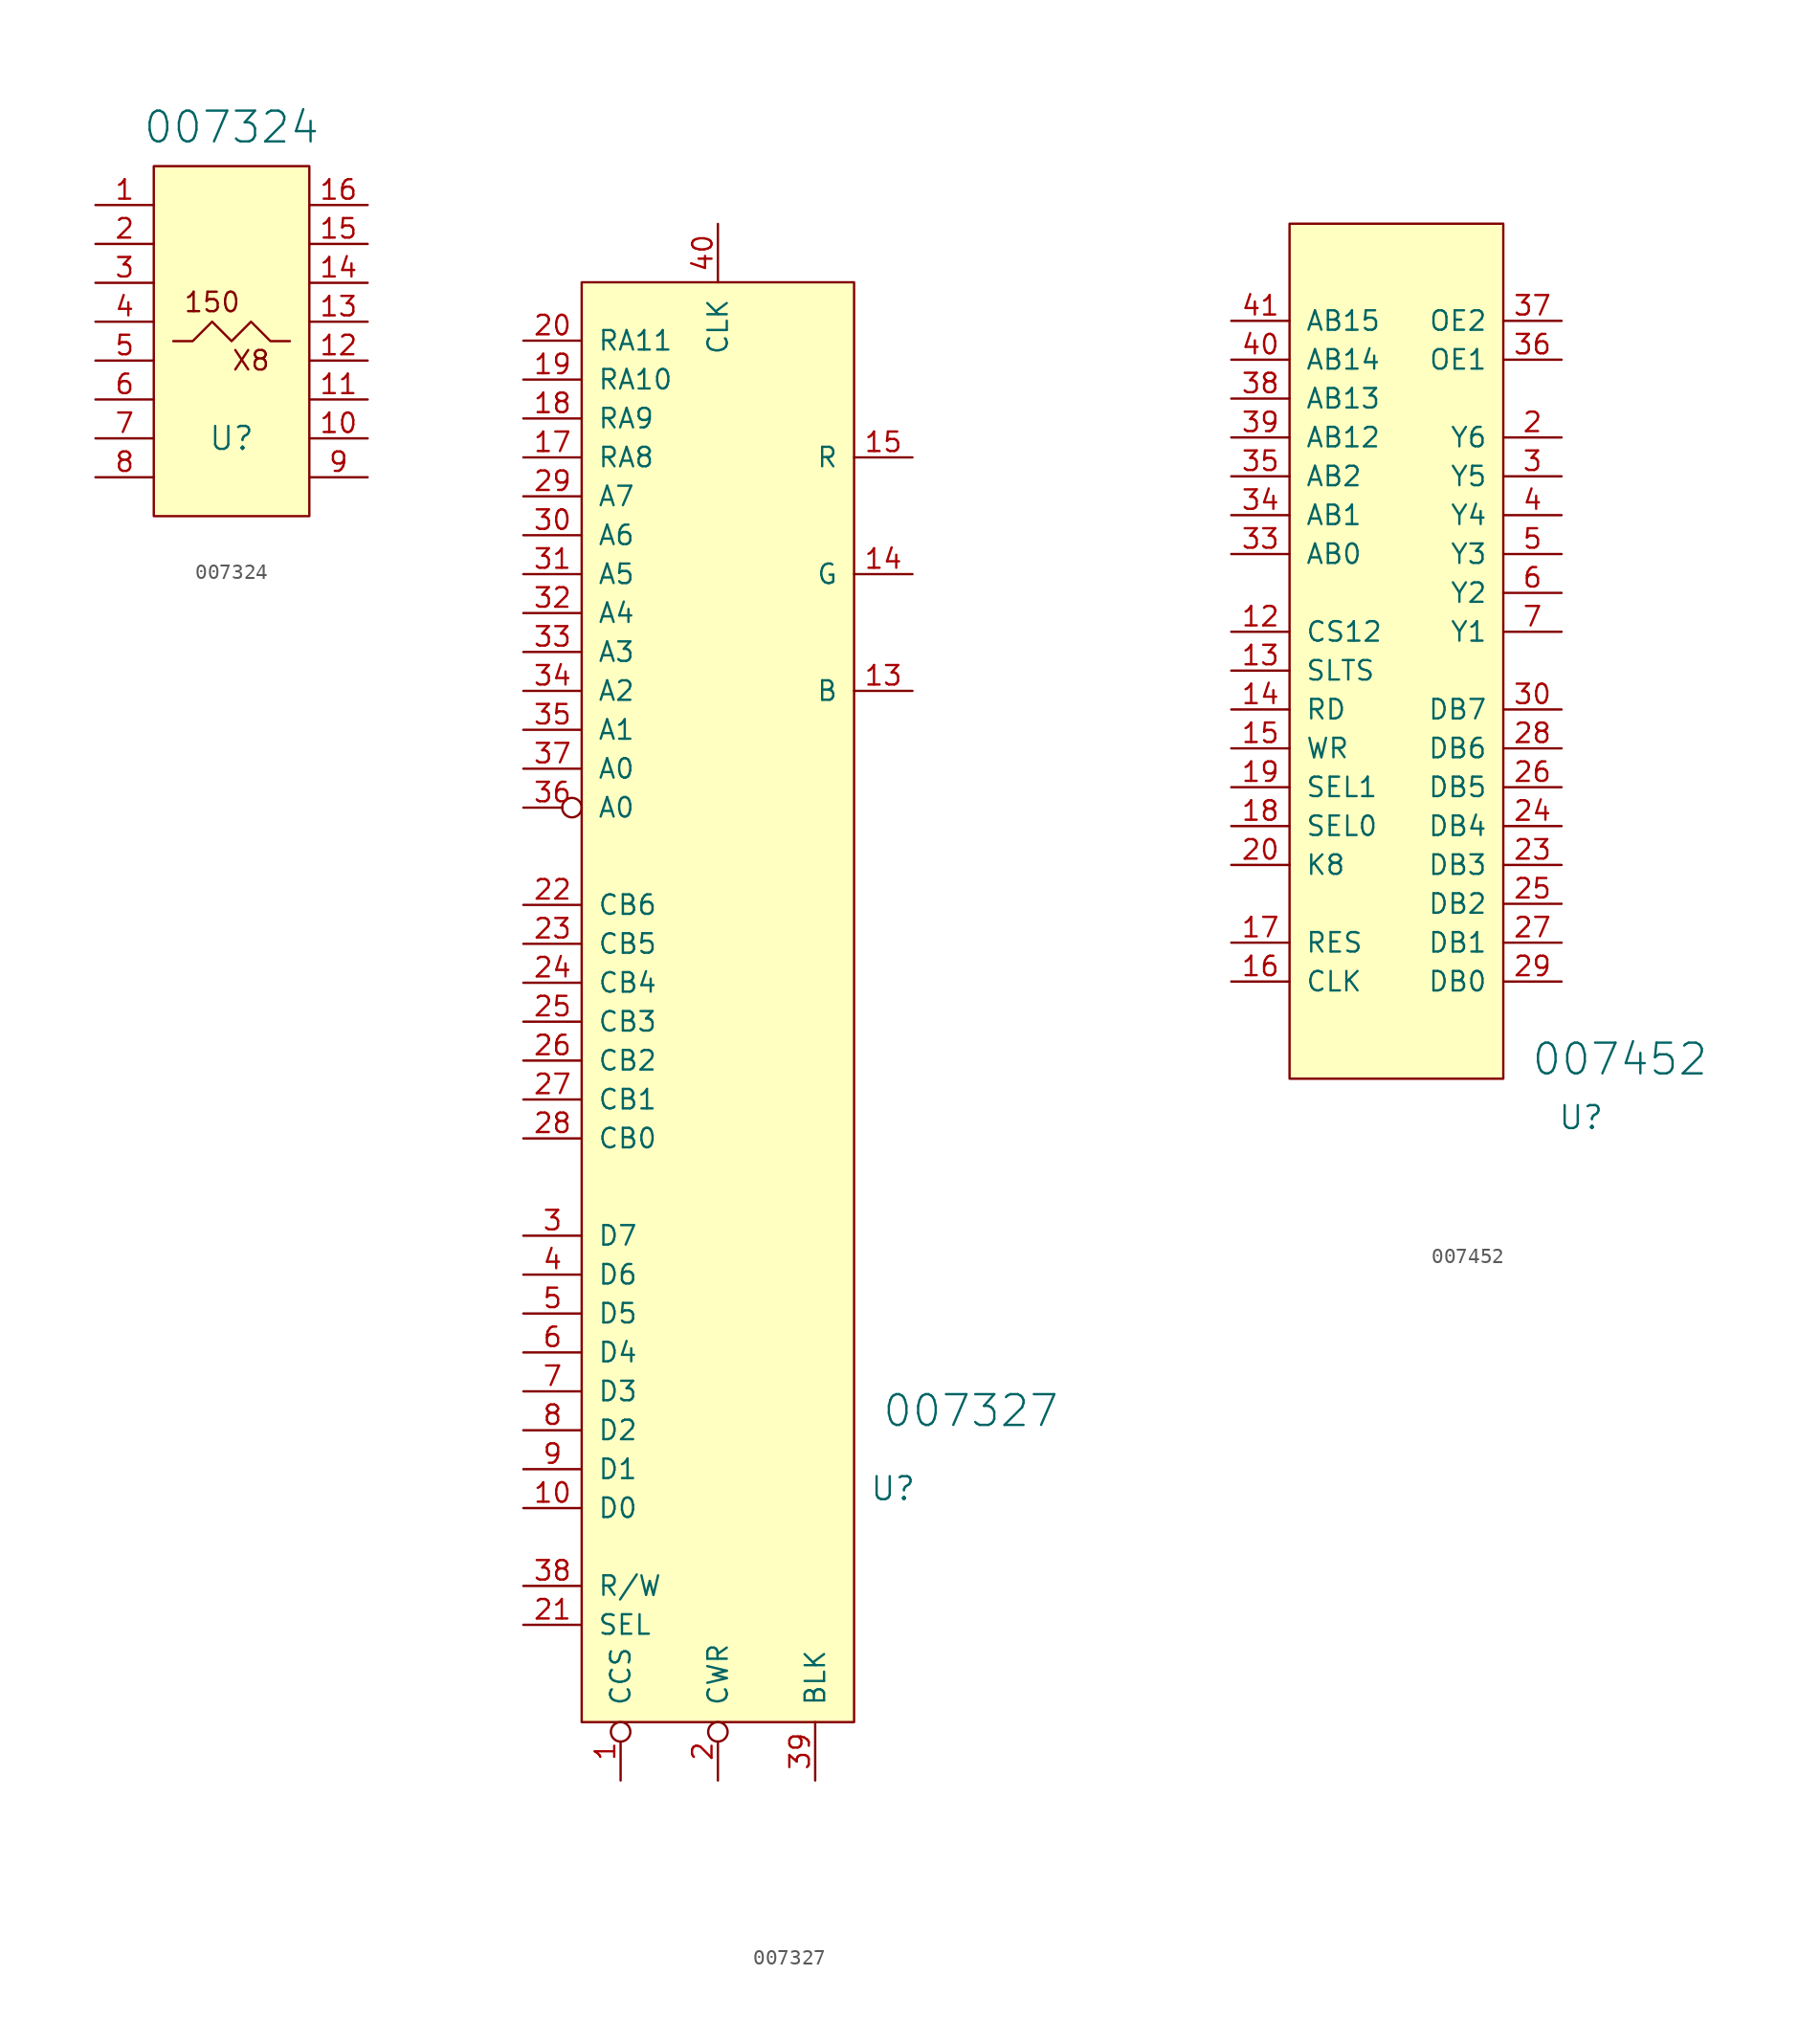
<source format=kicad_sym>
(kicad_symbol_lib
  (version 20211014)
  (generator kicad_symbol_editor)
  (symbol "007324"
    (pin_names
      (offset 1.016))
    (property "Reference" "U"
      (at 5.08 -17.78 0)
      (effects (font (size 1.499 1.499))))
    (property "Value" "007324"
      (at 5.08 2.54 0)
      (effects (font (size 2.007 2.007))))
    (symbol "007324_0_0"
      (polyline (pts (xy 1.27 -11.43) (xy 2.54 -11.43) (xy 3.81 -10.16) (xy 5.08 -11.43) (xy 6.35 -10.16) (xy 7.62 -11.43) (xy 8.89 -11.43)) (stroke (width 0) (type default) (color 0 0 0 0)) (fill (type none)))
      (rectangle (start 0 0) (end 10.16 -22.86) (stroke (width 0) (type default) (color 0 0 0 0)) (fill (type background)))
      (text "150" (at 3.81 -8.89 0) (effects (font (size 1.27 1.27))))
      (text "X8" (at 6.35 -12.7 0) (effects (font (size 1.27 1.27)))))
    (symbol "007324_1_1"
      (pin input line (at -3.81 -2.54 0) (length 3.81) (name "~" (effects (font (size 1.27 1.27)))) (number "1" (effects (font (size 1.27 1.27)))))
      (pin input line (at 13.97 -17.78 180) (length 3.81) (name "~" (effects (font (size 1.27 1.27)))) (number "10" (effects (font (size 1.27 1.27)))))
      (pin input line (at 13.97 -15.24 180) (length 3.81) (name "~" (effects (font (size 1.27 1.27)))) (number "11" (effects (font (size 1.27 1.27)))))
      (pin input line (at 13.97 -12.7 180) (length 3.81) (name "~" (effects (font (size 1.27 1.27)))) (number "12" (effects (font (size 1.27 1.27)))))
      (pin input line (at 13.97 -10.16 180) (length 3.81) (name "~" (effects (font (size 1.27 1.27)))) (number "13" (effects (font (size 1.27 1.27)))))
      (pin input line (at 13.97 -7.62 180) (length 3.81) (name "~" (effects (font (size 1.27 1.27)))) (number "14" (effects (font (size 1.27 1.27)))))
      (pin input line (at 13.97 -5.08 180) (length 3.81) (name "~" (effects (font (size 1.27 1.27)))) (number "15" (effects (font (size 1.27 1.27)))))
      (pin input line (at 13.97 -2.54 180) (length 3.81) (name "~" (effects (font (size 1.27 1.27)))) (number "16" (effects (font (size 1.27 1.27)))))
      (pin input line (at -3.81 -5.08 0) (length 3.81) (name "~" (effects (font (size 1.27 1.27)))) (number "2" (effects (font (size 1.27 1.27)))))
      (pin input line (at -3.81 -7.62 0) (length 3.81) (name "~" (effects (font (size 1.27 1.27)))) (number "3" (effects (font (size 1.27 1.27)))))
      (pin input line (at -3.81 -10.16 0) (length 3.81) (name "~" (effects (font (size 1.27 1.27)))) (number "4" (effects (font (size 1.27 1.27)))))
      (pin input line (at -3.81 -12.7 0) (length 3.81) (name "~" (effects (font (size 1.27 1.27)))) (number "5" (effects (font (size 1.27 1.27)))))
      (pin input line (at -3.81 -15.24 0) (length 3.81) (name "~" (effects (font (size 1.27 1.27)))) (number "6" (effects (font (size 1.27 1.27)))))
      (pin input line (at -3.81 -17.78 0) (length 3.81) (name "~" (effects (font (size 1.27 1.27)))) (number "7" (effects (font (size 1.27 1.27)))))
      (pin input line (at -3.81 -20.32 0) (length 3.81) (name "~" (effects (font (size 1.27 1.27)))) (number "8" (effects (font (size 1.27 1.27)))))
      (pin input line (at 13.97 -20.32 180) (length 3.81) (name "~" (effects (font (size 1.27 1.27)))) (number "9" (effects (font (size 1.27 1.27)))))))
  (symbol "007327"
    (pin_names
      (offset 1.016))
    (property "Reference" "U"
      (at 20.32 -78.74 0)
      (effects (font (size 1.499 1.499))))
    (property "Value" "007327"
      (at 25.4 -73.66 0)
      (effects (font (size 2.007 2.007))))
    (symbol "007327_0_0"
      (rectangle (start 0 -93.98) (end 17.78 0) (stroke (width 0) (type default) (color 0 0 0 0)) (fill (type background))))
    (symbol "007327_1_1"
      (pin input inverted (at 2.54 -97.79 90) (length 3.81) (name "CCS" (effects (font (size 1.27 1.27)))) (number "1" (effects (font (size 1.27 1.27)))))
      (pin input line (at -3.81 -80.01 0) (length 3.81) (name "D0" (effects (font (size 1.27 1.27)))) (number "10" (effects (font (size 1.27 1.27)))))
      (pin input line (at 21.59 -53.34 180) (length 3.81) hide (name "VCC" (effects (font (size 1.27 1.27)))) (number "12" (effects (font (size 1.27 1.27)))))
      (pin input line (at 21.59 -26.67 180) (length 3.81) (name "B" (effects (font (size 1.27 1.27)))) (number "13" (effects (font (size 1.27 1.27)))))
      (pin input line (at 21.59 -19.05 180) (length 3.81) (name "G" (effects (font (size 1.27 1.27)))) (number "14" (effects (font (size 1.27 1.27)))))
      (pin input line (at 21.59 -11.43 180) (length 3.81) (name "R" (effects (font (size 1.27 1.27)))) (number "15" (effects (font (size 1.27 1.27)))))
      (pin input line (at 21.59 -64.77 180) (length 3.81) hide (name "GND" (effects (font (size 1.27 1.27)))) (number "16" (effects (font (size 1.27 1.27)))))
      (pin input line (at -3.81 -11.43 0) (length 3.81) (name "RA8" (effects (font (size 1.27 1.27)))) (number "17" (effects (font (size 1.27 1.27)))))
      (pin input line (at 21.59 -62.23 180) (length 3.81) hide (name "~" (effects (font (size 1.27 1.27)))) (number "17" (effects (font (size 1.27 1.27)))))
      (pin input line (at -3.81 -8.89 0) (length 3.81) (name "RA9" (effects (font (size 1.27 1.27)))) (number "18" (effects (font (size 1.27 1.27)))))
      (pin input line (at -3.81 -6.35 0) (length 3.81) (name "RA10" (effects (font (size 1.27 1.27)))) (number "19" (effects (font (size 1.27 1.27)))))
      (pin input inverted (at 8.89 -97.79 90) (length 3.81) (name "CWR" (effects (font (size 1.27 1.27)))) (number "2" (effects (font (size 1.27 1.27)))))
      (pin input line (at -3.81 -3.81 0) (length 3.81) (name "RA11" (effects (font (size 1.27 1.27)))) (number "20" (effects (font (size 1.27 1.27)))))
      (pin input line (at -3.81 -87.63 0) (length 3.81) (name "SEL" (effects (font (size 1.27 1.27)))) (number "21" (effects (font (size 1.27 1.27)))))
      (pin input line (at -3.81 -40.64 0) (length 3.81) (name "CB6" (effects (font (size 1.27 1.27)))) (number "22" (effects (font (size 1.27 1.27)))))
      (pin input line (at -3.81 -43.18 0) (length 3.81) (name "CB5" (effects (font (size 1.27 1.27)))) (number "23" (effects (font (size 1.27 1.27)))))
      (pin input line (at -3.81 -45.72 0) (length 3.81) (name "CB4" (effects (font (size 1.27 1.27)))) (number "24" (effects (font (size 1.27 1.27)))))
      (pin input line (at -3.81 -48.26 0) (length 3.81) (name "CB3" (effects (font (size 1.27 1.27)))) (number "25" (effects (font (size 1.27 1.27)))))
      (pin input line (at -3.81 -50.8 0) (length 3.81) (name "CB2" (effects (font (size 1.27 1.27)))) (number "26" (effects (font (size 1.27 1.27)))))
      (pin input line (at -3.81 -53.34 0) (length 3.81) (name "CB1" (effects (font (size 1.27 1.27)))) (number "27" (effects (font (size 1.27 1.27)))))
      (pin input line (at -3.81 -55.88 0) (length 3.81) (name "CB0" (effects (font (size 1.27 1.27)))) (number "28" (effects (font (size 1.27 1.27)))))
      (pin input line (at -3.81 -13.97 0) (length 3.81) (name "A7" (effects (font (size 1.27 1.27)))) (number "29" (effects (font (size 1.27 1.27)))))
      (pin input line (at -3.81 -62.23 0) (length 3.81) (name "D7" (effects (font (size 1.27 1.27)))) (number "3" (effects (font (size 1.27 1.27)))))
      (pin input line (at -3.81 -16.51 0) (length 3.81) (name "A6" (effects (font (size 1.27 1.27)))) (number "30" (effects (font (size 1.27 1.27)))))
      (pin input line (at -3.81 -19.05 0) (length 3.81) (name "A5" (effects (font (size 1.27 1.27)))) (number "31" (effects (font (size 1.27 1.27)))))
      (pin input line (at -3.81 -21.59 0) (length 3.81) (name "A4" (effects (font (size 1.27 1.27)))) (number "32" (effects (font (size 1.27 1.27)))))
      (pin input line (at -3.81 -24.13 0) (length 3.81) (name "A3" (effects (font (size 1.27 1.27)))) (number "33" (effects (font (size 1.27 1.27)))))
      (pin input line (at -3.81 -26.67 0) (length 3.81) (name "A2" (effects (font (size 1.27 1.27)))) (number "34" (effects (font (size 1.27 1.27)))))
      (pin input line (at -3.81 -29.21 0) (length 3.81) (name "A1" (effects (font (size 1.27 1.27)))) (number "35" (effects (font (size 1.27 1.27)))))
      (pin input inverted (at -3.81 -34.29 0) (length 3.81) (name "A0" (effects (font (size 1.27 1.27)))) (number "36" (effects (font (size 1.27 1.27)))))
      (pin input line (at -3.81 -31.75 0) (length 3.81) (name "A0" (effects (font (size 1.27 1.27)))) (number "37" (effects (font (size 1.27 1.27)))))
      (pin input line (at -3.81 -85.09 0) (length 3.81) (name "R/W" (effects (font (size 1.27 1.27)))) (number "38" (effects (font (size 1.27 1.27)))))
      (pin input line (at 15.24 -97.79 90) (length 3.81) (name "BLK" (effects (font (size 1.27 1.27)))) (number "39" (effects (font (size 1.27 1.27)))))
      (pin input line (at -3.81 -64.77 0) (length 3.81) (name "D6" (effects (font (size 1.27 1.27)))) (number "4" (effects (font (size 1.27 1.27)))))
      (pin input line (at 8.89 3.81 270) (length 3.81) (name "CLK" (effects (font (size 1.27 1.27)))) (number "40" (effects (font (size 1.27 1.27)))))
      (pin input line (at -3.81 -67.31 0) (length 3.81) (name "D5" (effects (font (size 1.27 1.27)))) (number "5" (effects (font (size 1.27 1.27)))))
      (pin input line (at -3.81 -69.85 0) (length 3.81) (name "D4" (effects (font (size 1.27 1.27)))) (number "6" (effects (font (size 1.27 1.27)))))
      (pin input line (at -3.81 -72.39 0) (length 3.81) (name "D3" (effects (font (size 1.27 1.27)))) (number "7" (effects (font (size 1.27 1.27)))))
      (pin input line (at -3.81 -74.93 0) (length 3.81) (name "D2" (effects (font (size 1.27 1.27)))) (number "8" (effects (font (size 1.27 1.27)))))
      (pin input line (at -3.81 -77.47 0) (length 3.81) (name "D1" (effects (font (size 1.27 1.27)))) (number "9" (effects (font (size 1.27 1.27)))))))
  (symbol "007452"
    (pin_names
      (offset 1.016))
    (property "Reference" "U"
      (at 19.05 -58.42 0)
      (effects (font (size 1.499 1.499))))
    (property "Value" "007452"
      (at 21.59 -54.61 0)
      (effects (font (size 2.007 2.007))))
    (symbol "007452_0_0"
      (rectangle (start 0 0) (end 13.97 -55.88) (stroke (width 0) (type default) (color 0 0 0 0)) (fill (type background))))
    (symbol "007452_1_1"
      (pin input line (at 1.27 -59.69 90) (length 3.81) hide (name "GND" (effects (font (size 1.27 1.27)))) (number "1" (effects (font (size 1.27 1.27)))))
      (pin input line (at 5.08 -59.69 90) (length 3.81) hide (name "GND" (effects (font (size 1.27 1.27)))) (number "11" (effects (font (size 1.27 1.27)))))
      (pin input line (at -3.81 -26.67 0) (length 3.81) (name "CS12" (effects (font (size 1.27 1.27)))) (number "12" (effects (font (size 1.27 1.27)))))
      (pin input line (at -3.81 -29.21 0) (length 3.81) (name "SLTS" (effects (font (size 1.27 1.27)))) (number "13" (effects (font (size 1.27 1.27)))))
      (pin input line (at -3.81 -31.75 0) (length 3.81) (name "RD" (effects (font (size 1.27 1.27)))) (number "14" (effects (font (size 1.27 1.27)))))
      (pin input line (at -3.81 -34.29 0) (length 3.81) (name "WR" (effects (font (size 1.27 1.27)))) (number "15" (effects (font (size 1.27 1.27)))))
      (pin input line (at -3.81 -49.53 0) (length 3.81) (name "CLK" (effects (font (size 1.27 1.27)))) (number "16" (effects (font (size 1.27 1.27)))))
      (pin input line (at -3.81 -46.99 0) (length 3.81) (name "RES" (effects (font (size 1.27 1.27)))) (number "17" (effects (font (size 1.27 1.27)))))
      (pin input line (at -3.81 -39.37 0) (length 3.81) (name "SEL0" (effects (font (size 1.27 1.27)))) (number "18" (effects (font (size 1.27 1.27)))))
      (pin input line (at -3.81 -36.83 0) (length 3.81) (name "SEL1" (effects (font (size 1.27 1.27)))) (number "19" (effects (font (size 1.27 1.27)))))
      (pin input line (at 17.78 -13.97 180) (length 3.81) (name "Y6" (effects (font (size 1.27 1.27)))) (number "2" (effects (font (size 1.27 1.27)))))
      (pin input line (at -3.81 -41.91 0) (length 3.81) (name "K8" (effects (font (size 1.27 1.27)))) (number "20" (effects (font (size 1.27 1.27)))))
      (pin input line (at 3.81 3.81 270) (length 3.81) hide (name "VCC" (effects (font (size 1.27 1.27)))) (number "21" (effects (font (size 1.27 1.27)))))
      (pin input line (at 8.89 -59.69 90) (length 3.81) hide (name "GND" (effects (font (size 1.27 1.27)))) (number "22" (effects (font (size 1.27 1.27)))))
      (pin input line (at 17.78 -41.91 180) (length 3.81) (name "DB3" (effects (font (size 1.27 1.27)))) (number "23" (effects (font (size 1.27 1.27)))))
      (pin input line (at 17.78 -39.37 180) (length 3.81) (name "DB4" (effects (font (size 1.27 1.27)))) (number "24" (effects (font (size 1.27 1.27)))))
      (pin input line (at 17.78 -44.45 180) (length 3.81) (name "DB2" (effects (font (size 1.27 1.27)))) (number "25" (effects (font (size 1.27 1.27)))))
      (pin input line (at 17.78 -36.83 180) (length 3.81) (name "DB5" (effects (font (size 1.27 1.27)))) (number "26" (effects (font (size 1.27 1.27)))))
      (pin input line (at 17.78 -46.99 180) (length 3.81) (name "DB1" (effects (font (size 1.27 1.27)))) (number "27" (effects (font (size 1.27 1.27)))))
      (pin input line (at 17.78 -34.29 180) (length 3.81) (name "DB6" (effects (font (size 1.27 1.27)))) (number "28" (effects (font (size 1.27 1.27)))))
      (pin input line (at 17.78 -49.53 180) (length 3.81) (name "DB0" (effects (font (size 1.27 1.27)))) (number "29" (effects (font (size 1.27 1.27)))))
      (pin input line (at 17.78 -16.51 180) (length 3.81) (name "Y5" (effects (font (size 1.27 1.27)))) (number "3" (effects (font (size 1.27 1.27)))))
      (pin input line (at 17.78 -31.75 180) (length 3.81) (name "DB7" (effects (font (size 1.27 1.27)))) (number "30" (effects (font (size 1.27 1.27)))))
      (pin input line (at 12.7 -59.69 90) (length 3.81) hide (name "GND" (effects (font (size 1.27 1.27)))) (number "32" (effects (font (size 1.27 1.27)))))
      (pin input line (at -3.81 -21.59 0) (length 3.81) (name "AB0" (effects (font (size 1.27 1.27)))) (number "33" (effects (font (size 1.27 1.27)))))
      (pin input line (at -3.81 -19.05 0) (length 3.81) (name "AB1" (effects (font (size 1.27 1.27)))) (number "34" (effects (font (size 1.27 1.27)))))
      (pin input line (at -3.81 -16.51 0) (length 3.81) (name "AB2" (effects (font (size 1.27 1.27)))) (number "35" (effects (font (size 1.27 1.27)))))
      (pin input line (at 17.78 -8.89 180) (length 3.81) (name "OE1" (effects (font (size 1.27 1.27)))) (number "36" (effects (font (size 1.27 1.27)))))
      (pin input line (at 17.78 -6.35 180) (length 3.81) (name "OE2" (effects (font (size 1.27 1.27)))) (number "37" (effects (font (size 1.27 1.27)))))
      (pin input line (at -3.81 -11.43 0) (length 3.81) (name "AB13" (effects (font (size 1.27 1.27)))) (number "38" (effects (font (size 1.27 1.27)))))
      (pin input line (at -3.81 -13.97 0) (length 3.81) (name "AB12" (effects (font (size 1.27 1.27)))) (number "39" (effects (font (size 1.27 1.27)))))
      (pin input line (at 17.78 -19.05 180) (length 3.81) (name "Y4" (effects (font (size 1.27 1.27)))) (number "4" (effects (font (size 1.27 1.27)))))
      (pin input line (at -3.81 -8.89 0) (length 3.81) (name "AB14" (effects (font (size 1.27 1.27)))) (number "40" (effects (font (size 1.27 1.27)))))
      (pin input line (at -3.81 -6.35 0) (length 3.81) (name "AB15" (effects (font (size 1.27 1.27)))) (number "41" (effects (font (size 1.27 1.27)))))
      (pin input line (at 10.16 3.81 270) (length 3.81) hide (name "VCC" (effects (font (size 1.27 1.27)))) (number "42" (effects (font (size 1.27 1.27)))))
      (pin input line (at 17.78 -21.59 180) (length 3.81) (name "Y3" (effects (font (size 1.27 1.27)))) (number "5" (effects (font (size 1.27 1.27)))))
      (pin input line (at 17.78 -24.13 180) (length 3.81) (name "Y2" (effects (font (size 1.27 1.27)))) (number "6" (effects (font (size 1.27 1.27)))))
      (pin input line (at 17.78 -26.67 180) (length 3.81) (name "Y1" (effects (font (size 1.27 1.27)))) (number "7" (effects (font (size 1.27 1.27))))))))
</source>
